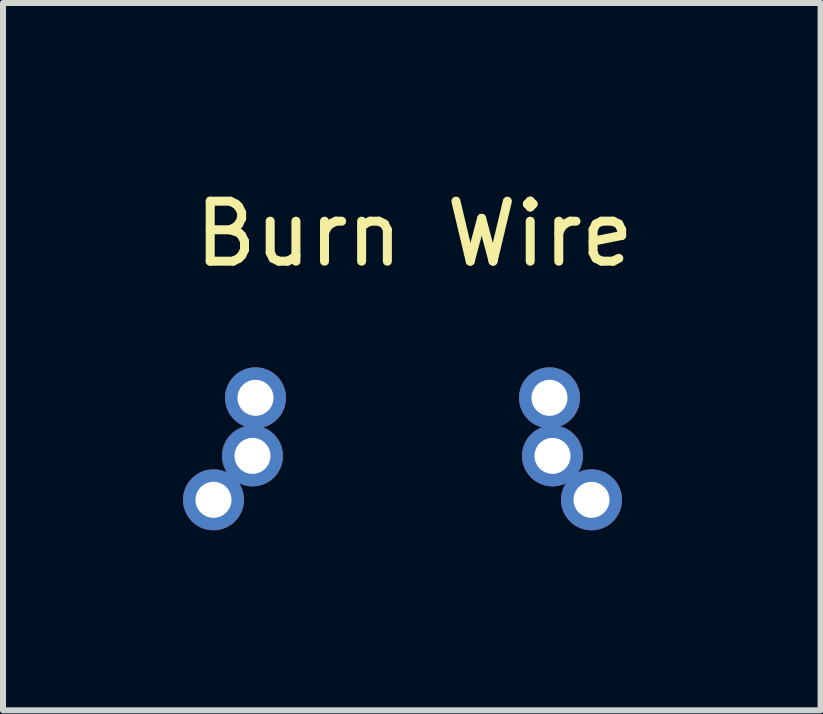
<source format=kicad_pcb>
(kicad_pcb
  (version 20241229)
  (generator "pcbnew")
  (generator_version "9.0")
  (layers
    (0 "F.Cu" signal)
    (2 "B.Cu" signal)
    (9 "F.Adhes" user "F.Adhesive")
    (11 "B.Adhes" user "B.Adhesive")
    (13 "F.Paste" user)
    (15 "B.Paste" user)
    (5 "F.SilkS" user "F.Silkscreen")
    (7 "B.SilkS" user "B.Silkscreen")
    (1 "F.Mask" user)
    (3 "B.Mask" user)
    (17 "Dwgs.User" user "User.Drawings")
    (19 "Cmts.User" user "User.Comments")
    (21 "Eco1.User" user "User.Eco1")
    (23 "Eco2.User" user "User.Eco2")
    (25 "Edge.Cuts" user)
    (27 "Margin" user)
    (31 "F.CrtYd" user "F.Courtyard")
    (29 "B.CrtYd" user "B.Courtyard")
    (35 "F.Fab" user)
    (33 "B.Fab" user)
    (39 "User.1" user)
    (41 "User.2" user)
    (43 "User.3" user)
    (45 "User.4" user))
  (footprint "Burn Wire"
    (layer "F.Cu")
    (at 6.158 3.248)
    (property "Reference" "Burn Wire" (at -2.3 -2.4 0) (layer "F.SilkS") (effects (font (size 1 1) (thickness 0.15))))
    (attr through_hole)
    (pad "1" thru_hole circle (at -5.65 2.032) (size 1.016 1.016) (drill 0.6) (layers "*.Cu" "*.Mask"))
    (pad "2" thru_hole circle (at 0.65 2.032) (size 1.016 1.016) (drill 0.6) (layers "*.Cu" "*.Mask"))
    (pad "10" thru_hole circle (at -5 1.3) (size 1.016 1.016) (drill 0.6) (layers "*.Cu" "*.Mask"))
    (pad "20" thru_hole circle (at 0 1.3) (size 1.016 1.016) (drill 0.6) (layers "*.Cu" "*.Mask"))
    (pad "100" thru_hole circle (at -4.95 0.332) (size 1.016 1.016) (drill 0.6) (layers "*.Cu" "*.Mask"))
    (pad "200" thru_hole circle (at -0.05 0.332) (size 1.016 1.016) (drill 0.6) (layers "*.Cu" "*.Mask")))
  (gr_rect
    (start -3 -3)
    (end 10.626 8.788)
    (stroke (width 0.1) (type default))
    (fill no)
    (layer "Edge.Cuts")))
</source>
